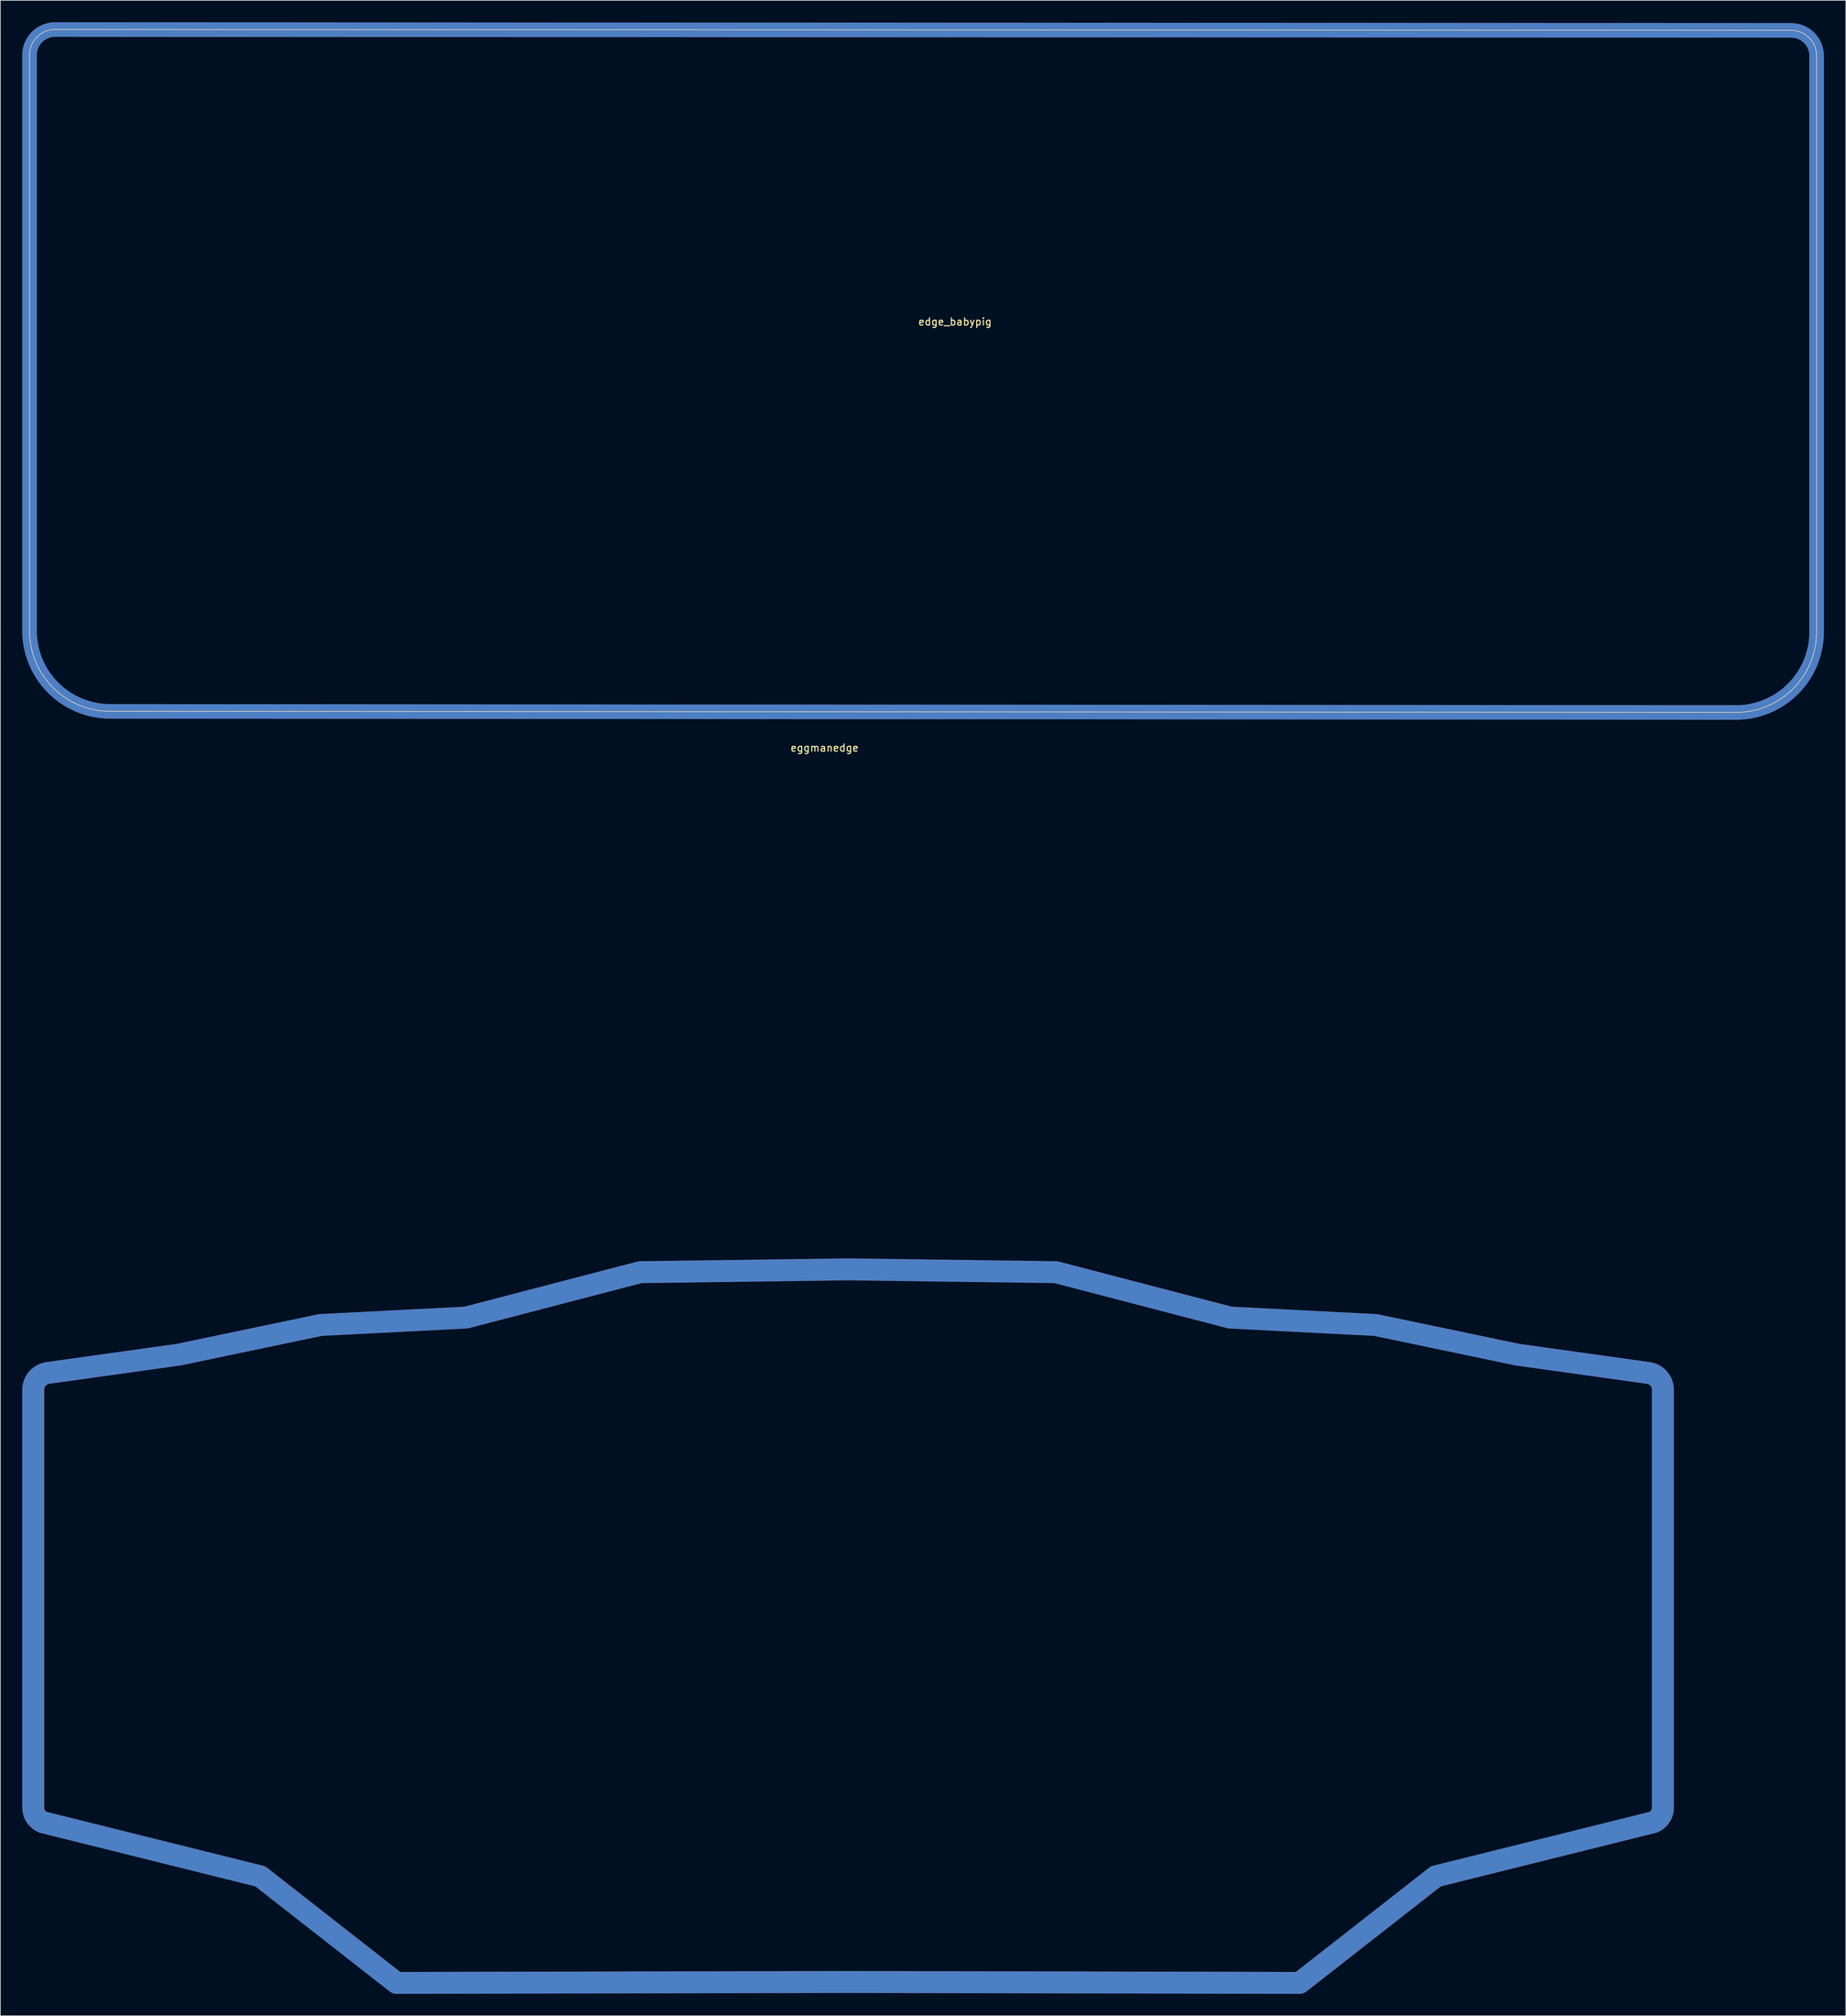
<source format=kicad_pcb>
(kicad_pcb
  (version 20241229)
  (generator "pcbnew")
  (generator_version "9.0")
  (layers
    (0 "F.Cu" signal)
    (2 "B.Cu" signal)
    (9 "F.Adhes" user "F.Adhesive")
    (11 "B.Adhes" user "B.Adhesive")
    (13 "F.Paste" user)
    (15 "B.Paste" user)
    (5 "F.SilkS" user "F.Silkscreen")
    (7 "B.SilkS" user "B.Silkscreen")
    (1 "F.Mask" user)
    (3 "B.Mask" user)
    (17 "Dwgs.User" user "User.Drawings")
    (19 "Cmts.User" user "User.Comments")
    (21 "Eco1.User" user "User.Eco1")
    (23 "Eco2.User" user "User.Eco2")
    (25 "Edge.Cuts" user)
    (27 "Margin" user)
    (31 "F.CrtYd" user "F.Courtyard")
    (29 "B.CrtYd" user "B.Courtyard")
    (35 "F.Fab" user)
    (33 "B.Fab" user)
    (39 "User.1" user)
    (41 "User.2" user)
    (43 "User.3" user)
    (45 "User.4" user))
  (footprint "eggmanedge"
    (layer "F.Cu")
    (at 112.021 219.955)
    (property "Reference" "eggmanedge" (at -2.055 -120.508 0) (layer "F.SilkS") (effects (font (size 1 1) (thickness 0.15))))
    (attr through_hole)
    (pad "1" smd custom (at -8.928 -48.961) (size 1.524 1.524) (layers "B.Cu" "B.Mask") (options (anchor circle)) (primitives (gr_line (start 38.572 0.315) (end 62.448 6.538) (width 3)) (gr_line (start 62.448 6.538) (end 82.387 7.554) (width 3)) (gr_arc (start -101.59259 16.42096) (mid -101.043381 14.922967) (end -99.656059 14.134962) (width 3)) (gr_arc (start 121.757739 73.70996) (mid 121.385915 74.918909) (end 120.398972 75.709955) (width 3)) (gr_line (start -70.478 83.119) (end -51.809 97.724) (width 3)) (gr_line (start 90.642 83.119) (end 71.973 97.724) (width 3)) (gr_line (start -81.654 11.618) (end -99.656 14.135) (width 3)) (gr_line (start -101.593 16.421) (end -101.593 73.71) (width 3)) (gr_line (start 120.398 75.71) (end 90.642 83.119) (width 3)) (gr_line (start 9.786 -0.066) (end -18.408 0.315) (width 3)) (gr_line (start 9.913 97.597) (end 10.251 97.597) (width 3)) (gr_line (start 82.387 7.554) (end 101.818 11.618) (width 3)) (gr_line (start 101.818 11.618) (end 119.82 14.135) (width 3)) (gr_arc (start -100.2338 75.709953) (mid -101.220738 74.918906) (end -101.59256 73.70996) (width 3)) (gr_line (start 121.757 16.421) (end 121.757 73.71) (width 3)) (gr_line (start -62.223 7.554) (end -81.654 11.618) (width 3)) (gr_line (start 10.378 -0.066) (end 38.572 0.315) (width 3)) (gr_line (start 71.973 97.724) (end 10.251 97.597) (width 3)) (gr_arc (start 119.820438 14.134963) (mid 121.20776 14.922966) (end 121.756969 16.420959) (width 3)) (gr_line (start -51.809 97.724) (end 9.913 97.597) (width 3)) (gr_line (start -100.234 75.71) (end -70.478 83.119) (width 3)) (gr_line (start -18.408 0.315) (end -42.284 6.538) (width 3)) (gr_line (start 9.786 -0.066) (end 10.378 -0.066) (width 3)) (gr_line (start -42.284 6.538) (end -62.223 7.554) (width 3))))
    (pad "1" smd custom (at -8.9 -48.964) (size 1.524 1.524) (layers "F.Cu" "F.Mask") (options (anchor circle)) (primitives (gr_line (start 38.572 0.315) (end 62.448 6.538) (width 3)) (gr_line (start 62.448 6.538) (end 82.387 7.554) (width 3)) (gr_arc (start -101.59259 16.42096) (mid -101.043381 14.922967) (end -99.656059 14.134962) (width 3)) (gr_arc (start 121.757739 73.70996) (mid 121.385915 74.918909) (end 120.398972 75.709955) (width 3)) (gr_line (start -70.478 83.119) (end -51.809 97.724) (width 3)) (gr_line (start 90.642 83.119) (end 71.973 97.724) (width 3)) (gr_line (start -81.654 11.618) (end -99.656 14.135) (width 3)) (gr_line (start -101.593 16.421) (end -101.593 73.71) (width 3)) (gr_line (start 120.398 75.71) (end 90.642 83.119) (width 3)) (gr_line (start 9.786 -0.066) (end -18.408 0.315) (width 3)) (gr_line (start 9.913 97.597) (end 10.251 97.597) (width 3)) (gr_line (start 82.387 7.554) (end 101.818 11.618) (width 3)) (gr_line (start 101.818 11.618) (end 119.82 14.135) (width 3)) (gr_arc (start -100.2338 75.709953) (mid -101.220738 74.918906) (end -101.59256 73.70996) (width 3)) (gr_line (start 121.757 16.421) (end 121.757 73.71) (width 3)) (gr_line (start -62.223 7.554) (end -81.654 11.618) (width 3)) (gr_line (start 10.378 -0.066) (end 38.572 0.315) (width 3)) (gr_line (start 71.973 97.724) (end 10.251 97.597) (width 3)) (gr_arc (start 119.820438 14.134963) (mid 121.20776 14.922966) (end 121.756969 16.420959) (width 3)) (gr_line (start -51.809 97.724) (end 9.913 97.597) (width 3)) (gr_line (start -100.234 75.71) (end -70.478 83.119) (width 3)) (gr_line (start -18.408 0.315) (end -42.284 6.538) (width 3)) (gr_line (start 9.786 -0.066) (end 10.378 -0.066) (width 3)) (gr_line (start -42.284 6.538) (end -62.223 7.554) (width 3)))))
  (footprint "edge_babypig"
    (layer "F.Cu")
    (at 127.845 40.55)
    (property "Reference" "edge_babypig" (at 0 0.5 0) (layer "F.SilkS") (effects (font (size 1 1) (thickness 0.15))))
    (attr through_hole)
    (fp_line (start -126.852 -36.063) (end -126.852 42.84) (stroke (width 0.12) (type solid)) (layer "Dwgs.User"))
    (fp_line (start -115.802 53.889) (end 107.032 54.041) (stroke (width 0.12) (type solid)) (layer "Dwgs.User"))
    (fp_line (start 114.586 -39.446) (end -123.356 -39.558) (stroke (width 0.12) (type solid)) (layer "Dwgs.User"))
    (fp_line (start 118.081 42.992) (end 118.081 -35.951) (stroke (width 0.12) (type solid)) (layer "Dwgs.User"))
    (fp_arc (start -126.85154 -36.0626) (mid -125.827866 -38.533966) (end -123.3565 -39.55764) (stroke (width 0.12) (type solid)) (layer "Dwgs.User"))
    (fp_arc (start -115.8025 53.8894) (mid -123.615323 50.653223) (end -126.8515 42.8404) (stroke (width 0.12) (type solid)) (layer "Dwgs.User"))
    (fp_arc (start 114.5857 -39.44584) (mid 117.057066 -38.422166) (end 118.08074 -35.9508) (stroke (width 0.12) (type solid)) (layer "Dwgs.User"))
    (fp_arc (start 118.080699 42.9924) (mid 114.844522 50.805223) (end 107.031699 54.0414) (stroke (width 0.12) (type solid)) (layer "Dwgs.User"))
    (pad "1" smd custom (at -125.908 -38.506) (size 1.524 1.524) (layers "F.Cu" "F.Mask") (options (anchor circle)) (primitives (gr_line (start 240.5 -0.932) (end 2.558 -1.044) (width 2)) (gr_arc (start -0.93754 2.4512) (mid 0.086134 -0.020166) (end 2.5575 -1.04384) (width 2)) (gr_line (start 10.111 92.403) (end 232.946 92.555) (width 2)) (gr_arc (start 240.4997 -0.93204) (mid 242.971066 0.091634) (end 243.99474 2.563) (width 2)) (gr_arc (start 10.1115 92.4032) (mid 2.298677 89.167023) (end -0.9375 81.3542) (width 2)) (gr_line (start 243.995 81.506) (end 243.995 2.563) (width 2)) (gr_arc (start 243.994699 81.5062) (mid 240.758522 89.319023) (end 232.945699 92.5552) (width 2)) (gr_line (start -0.938 2.451) (end -0.938 81.354) (width 2))))
    (pad "1" smd custom (at -125.908 -38.506) (size 1.524 1.524) (layers "B.Cu" "B.Mask") (options (anchor circle)) (primitives (gr_line (start 240.5 -0.932) (end 2.558 -1.044) (width 2)) (gr_arc (start -0.93754 2.4512) (mid 0.086134 -0.020166) (end 2.5575 -1.04384) (width 2)) (gr_line (start 10.111 92.403) (end 232.946 92.555) (width 2)) (gr_arc (start 240.4997 -0.93204) (mid 242.971066 0.091634) (end 243.99474 2.563) (width 2)) (gr_arc (start 10.1115 92.4032) (mid 2.298677 89.167023) (end -0.9375 81.3542) (width 2)) (gr_line (start 243.995 81.506) (end 243.995 2.563) (width 2)) (gr_arc (start 243.994699 81.5062) (mid 240.758522 89.319023) (end 232.945699 92.5552) (width 2)) (gr_line (start -0.938 2.451) (end -0.938 81.354) (width 2)))))
  (gr_rect
    (start -3 -3)
    (end 249.932 273.218)
    (stroke (width 0.1) (type default))
    (fill no)
    (layer "Edge.Cuts")))
</source>
